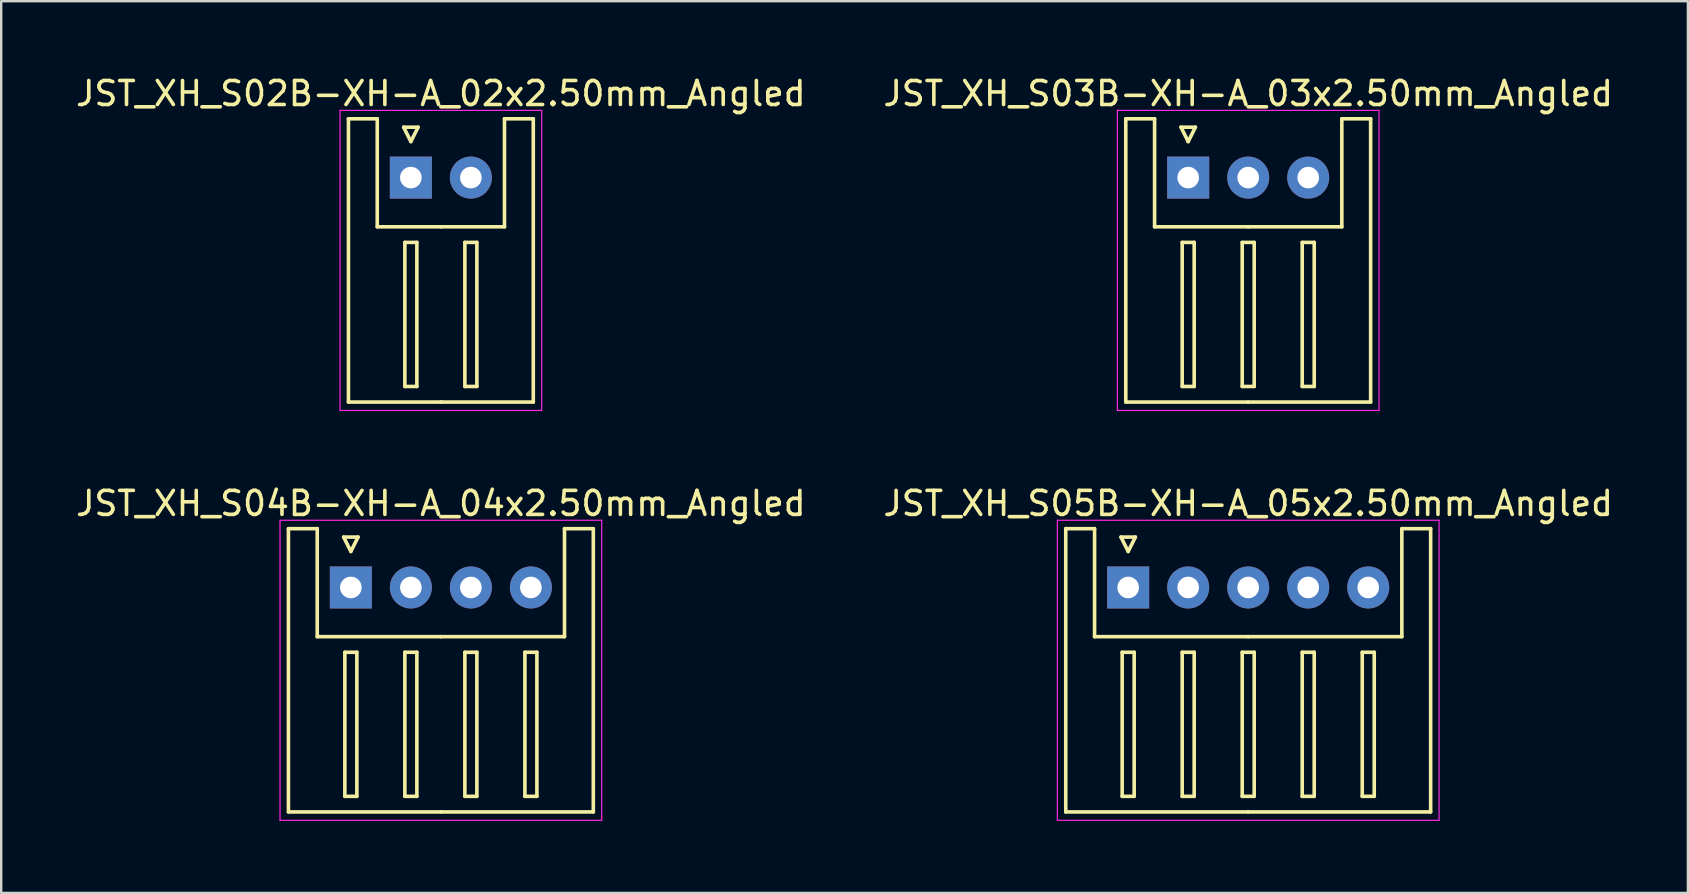
<source format=kicad_pcb>
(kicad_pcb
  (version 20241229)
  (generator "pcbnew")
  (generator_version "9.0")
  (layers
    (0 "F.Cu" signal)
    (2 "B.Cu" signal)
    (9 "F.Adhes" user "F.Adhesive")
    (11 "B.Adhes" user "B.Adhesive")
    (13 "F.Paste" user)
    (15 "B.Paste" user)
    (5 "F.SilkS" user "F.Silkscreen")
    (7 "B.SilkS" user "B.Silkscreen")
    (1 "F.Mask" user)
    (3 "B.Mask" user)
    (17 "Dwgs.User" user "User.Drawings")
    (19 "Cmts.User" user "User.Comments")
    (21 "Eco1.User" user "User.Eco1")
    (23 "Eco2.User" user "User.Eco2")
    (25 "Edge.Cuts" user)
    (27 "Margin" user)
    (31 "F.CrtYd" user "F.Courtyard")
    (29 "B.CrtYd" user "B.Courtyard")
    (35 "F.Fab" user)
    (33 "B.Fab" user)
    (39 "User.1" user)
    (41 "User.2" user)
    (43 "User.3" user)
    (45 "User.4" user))
  (footprint "JST_XH_S05B-XH-A_05x2.50mm_Angled"
    (layer "F.Cu")
    (at 43.946 21.422)
    (property "Reference" "JST_XH_S05B-XH-A_05x2.50mm_Angled" (at 5 -3.5 0) (layer "F.SilkS") (effects (font (size 1 1) (thickness 0.15))))
    (attr through_hole)
    (fp_line (start -2.6 -2.45) (end -1.4 -2.45) (stroke (width 0.15) (type solid)) (layer "F.SilkS"))
    (fp_line (start -2.6 9.35) (end -2.6 -2.45) (stroke (width 0.15) (type solid)) (layer "F.SilkS"))
    (fp_line (start -1.4 -2.45) (end -1.4 2.05) (stroke (width 0.15) (type solid)) (layer "F.SilkS"))
    (fp_line (start -1.4 2.05) (end 5 2.05) (stroke (width 0.15) (type solid)) (layer "F.SilkS"))
    (fp_line (start -0.3 -2.1) (end 0.3 -2.1) (stroke (width 0.15) (type solid)) (layer "F.SilkS"))
    (fp_line (start -0.25 2.7) (end -0.25 8.7) (stroke (width 0.15) (type solid)) (layer "F.SilkS"))
    (fp_line (start -0.25 8.7) (end 0.25 8.7) (stroke (width 0.15) (type solid)) (layer "F.SilkS"))
    (fp_line (start 0 -1.5) (end -0.3 -2.1) (stroke (width 0.15) (type solid)) (layer "F.SilkS"))
    (fp_line (start 0.25 2.7) (end -0.25 2.7) (stroke (width 0.15) (type solid)) (layer "F.SilkS"))
    (fp_line (start 0.25 8.7) (end 0.25 2.7) (stroke (width 0.15) (type solid)) (layer "F.SilkS"))
    (fp_line (start 0.3 -2.1) (end 0 -1.5) (stroke (width 0.15) (type solid)) (layer "F.SilkS"))
    (fp_line (start 2.25 2.7) (end 2.25 8.7) (stroke (width 0.15) (type solid)) (layer "F.SilkS"))
    (fp_line (start 2.25 8.7) (end 2.75 8.7) (stroke (width 0.15) (type solid)) (layer "F.SilkS"))
    (fp_line (start 2.75 2.7) (end 2.25 2.7) (stroke (width 0.15) (type solid)) (layer "F.SilkS"))
    (fp_line (start 2.75 8.7) (end 2.75 2.7) (stroke (width 0.15) (type solid)) (layer "F.SilkS"))
    (fp_line (start 4.75 2.7) (end 4.75 8.7) (stroke (width 0.15) (type solid)) (layer "F.SilkS"))
    (fp_line (start 4.75 8.7) (end 5.25 8.7) (stroke (width 0.15) (type solid)) (layer "F.SilkS"))
    (fp_line (start 5 9.35) (end -2.6 9.35) (stroke (width 0.15) (type solid)) (layer "F.SilkS"))
    (fp_line (start 5 9.35) (end 12.6 9.35) (stroke (width 0.15) (type solid)) (layer "F.SilkS"))
    (fp_line (start 5.25 2.7) (end 4.75 2.7) (stroke (width 0.15) (type solid)) (layer "F.SilkS"))
    (fp_line (start 5.25 8.7) (end 5.25 2.7) (stroke (width 0.15) (type solid)) (layer "F.SilkS"))
    (fp_line (start 7.25 2.7) (end 7.25 8.7) (stroke (width 0.15) (type solid)) (layer "F.SilkS"))
    (fp_line (start 7.25 8.7) (end 7.75 8.7) (stroke (width 0.15) (type solid)) (layer "F.SilkS"))
    (fp_line (start 7.75 2.7) (end 7.25 2.7) (stroke (width 0.15) (type solid)) (layer "F.SilkS"))
    (fp_line (start 7.75 8.7) (end 7.75 2.7) (stroke (width 0.15) (type solid)) (layer "F.SilkS"))
    (fp_line (start 9.75 2.7) (end 9.75 8.7) (stroke (width 0.15) (type solid)) (layer "F.SilkS"))
    (fp_line (start 9.75 8.7) (end 10.25 8.7) (stroke (width 0.15) (type solid)) (layer "F.SilkS"))
    (fp_line (start 10.25 2.7) (end 9.75 2.7) (stroke (width 0.15) (type solid)) (layer "F.SilkS"))
    (fp_line (start 10.25 8.7) (end 10.25 2.7) (stroke (width 0.15) (type solid)) (layer "F.SilkS"))
    (fp_line (start 11.4 -2.45) (end 11.4 2.05) (stroke (width 0.15) (type solid)) (layer "F.SilkS"))
    (fp_line (start 11.4 2.05) (end 5 2.05) (stroke (width 0.15) (type solid)) (layer "F.SilkS"))
    (fp_line (start 12.6 -2.45) (end 11.4 -2.45) (stroke (width 0.15) (type solid)) (layer "F.SilkS"))
    (fp_line (start 12.6 9.35) (end 12.6 -2.45) (stroke (width 0.15) (type solid)) (layer "F.SilkS"))
    (fp_line (start -2.95 -2.8) (end -2.95 9.7) (stroke (width 0.05) (type solid)) (layer "F.CrtYd"))
    (fp_line (start -2.95 9.7) (end 12.95 9.7) (stroke (width 0.05) (type solid)) (layer "F.CrtYd"))
    (fp_line (start 12.95 -2.8) (end -2.95 -2.8) (stroke (width 0.05) (type solid)) (layer "F.CrtYd"))
    (fp_line (start 12.95 9.7) (end 12.95 -2.8) (stroke (width 0.05) (type solid)) (layer "F.CrtYd"))
    (pad "1" thru_hole rect (at 0 0) (size 1.75 1.75) (drill 0.9) (layers "*.Cu" "*.Mask"))
    (pad "2" thru_hole circle (at 2.5 0) (size 1.75 1.75) (drill 0.9) (layers "*.Cu" "*.Mask"))
    (pad "3" thru_hole circle (at 5 0) (size 1.75 1.75) (drill 0.9) (layers "*.Cu" "*.Mask"))
    (pad "4" thru_hole circle (at 7.5 0) (size 1.75 1.75) (drill 0.9) (layers "*.Cu" "*.Mask"))
    (pad "5" thru_hole circle (at 10 0) (size 1.75 1.75) (drill 0.9) (layers "*.Cu" "*.Mask")))
  (footprint "JST_XH_S02B-XH-A_02x2.50mm_Angled"
    (layer "F.Cu")
    (at 14.065 4.348)
    (property "Reference" "JST_XH_S02B-XH-A_02x2.50mm_Angled" (at 1.25 -3.5 0) (layer "F.SilkS") (effects (font (size 1 1) (thickness 0.15))))
    (attr through_hole)
    (fp_line (start -2.6 -2.45) (end -1.4 -2.45) (stroke (width 0.15) (type solid)) (layer "F.SilkS"))
    (fp_line (start -2.6 9.35) (end -2.6 -2.45) (stroke (width 0.15) (type solid)) (layer "F.SilkS"))
    (fp_line (start -1.4 -2.45) (end -1.4 2.05) (stroke (width 0.15) (type solid)) (layer "F.SilkS"))
    (fp_line (start -1.4 2.05) (end 1.25 2.05) (stroke (width 0.15) (type solid)) (layer "F.SilkS"))
    (fp_line (start -0.3 -2.1) (end 0.3 -2.1) (stroke (width 0.15) (type solid)) (layer "F.SilkS"))
    (fp_line (start -0.25 2.7) (end -0.25 8.7) (stroke (width 0.15) (type solid)) (layer "F.SilkS"))
    (fp_line (start -0.25 8.7) (end 0.25 8.7) (stroke (width 0.15) (type solid)) (layer "F.SilkS"))
    (fp_line (start 0 -1.5) (end -0.3 -2.1) (stroke (width 0.15) (type solid)) (layer "F.SilkS"))
    (fp_line (start 0.25 2.7) (end -0.25 2.7) (stroke (width 0.15) (type solid)) (layer "F.SilkS"))
    (fp_line (start 0.25 8.7) (end 0.25 2.7) (stroke (width 0.15) (type solid)) (layer "F.SilkS"))
    (fp_line (start 0.3 -2.1) (end 0 -1.5) (stroke (width 0.15) (type solid)) (layer "F.SilkS"))
    (fp_line (start 1.25 9.35) (end -2.6 9.35) (stroke (width 0.15) (type solid)) (layer "F.SilkS"))
    (fp_line (start 1.25 9.35) (end 5.1 9.35) (stroke (width 0.15) (type solid)) (layer "F.SilkS"))
    (fp_line (start 2.25 2.7) (end 2.25 8.7) (stroke (width 0.15) (type solid)) (layer "F.SilkS"))
    (fp_line (start 2.25 8.7) (end 2.75 8.7) (stroke (width 0.15) (type solid)) (layer "F.SilkS"))
    (fp_line (start 2.75 2.7) (end 2.25 2.7) (stroke (width 0.15) (type solid)) (layer "F.SilkS"))
    (fp_line (start 2.75 8.7) (end 2.75 2.7) (stroke (width 0.15) (type solid)) (layer "F.SilkS"))
    (fp_line (start 3.9 -2.45) (end 3.9 2.05) (stroke (width 0.15) (type solid)) (layer "F.SilkS"))
    (fp_line (start 3.9 2.05) (end 1.25 2.05) (stroke (width 0.15) (type solid)) (layer "F.SilkS"))
    (fp_line (start 5.1 -2.45) (end 3.9 -2.45) (stroke (width 0.15) (type solid)) (layer "F.SilkS"))
    (fp_line (start 5.1 9.35) (end 5.1 -2.45) (stroke (width 0.15) (type solid)) (layer "F.SilkS"))
    (fp_line (start -2.95 -2.8) (end -2.95 9.7) (stroke (width 0.05) (type solid)) (layer "F.CrtYd"))
    (fp_line (start -2.95 9.7) (end 5.45 9.7) (stroke (width 0.05) (type solid)) (layer "F.CrtYd"))
    (fp_line (start 5.45 -2.8) (end -2.95 -2.8) (stroke (width 0.05) (type solid)) (layer "F.CrtYd"))
    (fp_line (start 5.45 9.7) (end 5.45 -2.8) (stroke (width 0.05) (type solid)) (layer "F.CrtYd"))
    (pad "1" thru_hole rect (at 0 0) (size 1.75 1.75) (drill 0.9) (layers "*.Cu" "*.Mask"))
    (pad "2" thru_hole circle (at 2.5 0) (size 1.75 1.75) (drill 0.9) (layers "*.Cu" "*.Mask")))
  (footprint "JST_XH_S03B-XH-A_03x2.50mm_Angled"
    (layer "F.Cu")
    (at 46.446 4.348)
    (property "Reference" "JST_XH_S03B-XH-A_03x2.50mm_Angled" (at 2.5 -3.5 0) (layer "F.SilkS") (effects (font (size 1 1) (thickness 0.15))))
    (attr through_hole)
    (fp_line (start -2.6 -2.45) (end -1.4 -2.45) (stroke (width 0.15) (type solid)) (layer "F.SilkS"))
    (fp_line (start -2.6 9.35) (end -2.6 -2.45) (stroke (width 0.15) (type solid)) (layer "F.SilkS"))
    (fp_line (start -1.4 -2.45) (end -1.4 2.05) (stroke (width 0.15) (type solid)) (layer "F.SilkS"))
    (fp_line (start -1.4 2.05) (end 2.5 2.05) (stroke (width 0.15) (type solid)) (layer "F.SilkS"))
    (fp_line (start -0.3 -2.1) (end 0.3 -2.1) (stroke (width 0.15) (type solid)) (layer "F.SilkS"))
    (fp_line (start -0.25 2.7) (end -0.25 8.7) (stroke (width 0.15) (type solid)) (layer "F.SilkS"))
    (fp_line (start -0.25 8.7) (end 0.25 8.7) (stroke (width 0.15) (type solid)) (layer "F.SilkS"))
    (fp_line (start 0 -1.5) (end -0.3 -2.1) (stroke (width 0.15) (type solid)) (layer "F.SilkS"))
    (fp_line (start 0.25 2.7) (end -0.25 2.7) (stroke (width 0.15) (type solid)) (layer "F.SilkS"))
    (fp_line (start 0.25 8.7) (end 0.25 2.7) (stroke (width 0.15) (type solid)) (layer "F.SilkS"))
    (fp_line (start 0.3 -2.1) (end 0 -1.5) (stroke (width 0.15) (type solid)) (layer "F.SilkS"))
    (fp_line (start 2.25 2.7) (end 2.25 8.7) (stroke (width 0.15) (type solid)) (layer "F.SilkS"))
    (fp_line (start 2.25 8.7) (end 2.75 8.7) (stroke (width 0.15) (type solid)) (layer "F.SilkS"))
    (fp_line (start 2.5 9.35) (end -2.6 9.35) (stroke (width 0.15) (type solid)) (layer "F.SilkS"))
    (fp_line (start 2.5 9.35) (end 7.6 9.35) (stroke (width 0.15) (type solid)) (layer "F.SilkS"))
    (fp_line (start 2.75 2.7) (end 2.25 2.7) (stroke (width 0.15) (type solid)) (layer "F.SilkS"))
    (fp_line (start 2.75 8.7) (end 2.75 2.7) (stroke (width 0.15) (type solid)) (layer "F.SilkS"))
    (fp_line (start 4.75 2.7) (end 4.75 8.7) (stroke (width 0.15) (type solid)) (layer "F.SilkS"))
    (fp_line (start 4.75 8.7) (end 5.25 8.7) (stroke (width 0.15) (type solid)) (layer "F.SilkS"))
    (fp_line (start 5.25 2.7) (end 4.75 2.7) (stroke (width 0.15) (type solid)) (layer "F.SilkS"))
    (fp_line (start 5.25 8.7) (end 5.25 2.7) (stroke (width 0.15) (type solid)) (layer "F.SilkS"))
    (fp_line (start 6.4 -2.45) (end 6.4 2.05) (stroke (width 0.15) (type solid)) (layer "F.SilkS"))
    (fp_line (start 6.4 2.05) (end 2.5 2.05) (stroke (width 0.15) (type solid)) (layer "F.SilkS"))
    (fp_line (start 7.6 -2.45) (end 6.4 -2.45) (stroke (width 0.15) (type solid)) (layer "F.SilkS"))
    (fp_line (start 7.6 9.35) (end 7.6 -2.45) (stroke (width 0.15) (type solid)) (layer "F.SilkS"))
    (fp_line (start -2.95 -2.8) (end -2.95 9.7) (stroke (width 0.05) (type solid)) (layer "F.CrtYd"))
    (fp_line (start -2.95 9.7) (end 7.95 9.7) (stroke (width 0.05) (type solid)) (layer "F.CrtYd"))
    (fp_line (start 7.95 -2.8) (end -2.95 -2.8) (stroke (width 0.05) (type solid)) (layer "F.CrtYd"))
    (fp_line (start 7.95 9.7) (end 7.95 -2.8) (stroke (width 0.05) (type solid)) (layer "F.CrtYd"))
    (pad "1" thru_hole rect (at 0 0) (size 1.75 1.75) (drill 0.9) (layers "*.Cu" "*.Mask"))
    (pad "2" thru_hole circle (at 2.5 0) (size 1.75 1.75) (drill 0.9) (layers "*.Cu" "*.Mask"))
    (pad "3" thru_hole circle (at 5 0) (size 1.75 1.75) (drill 0.9) (layers "*.Cu" "*.Mask")))
  (footprint "JST_XH_S04B-XH-A_04x2.50mm_Angled"
    (layer "F.Cu")
    (at 11.565 21.422)
    (property "Reference" "JST_XH_S04B-XH-A_04x2.50mm_Angled" (at 3.75 -3.5 0) (layer "F.SilkS") (effects (font (size 1 1) (thickness 0.15))))
    (attr through_hole)
    (fp_line (start -2.6 -2.45) (end -1.4 -2.45) (stroke (width 0.15) (type solid)) (layer "F.SilkS"))
    (fp_line (start -2.6 9.35) (end -2.6 -2.45) (stroke (width 0.15) (type solid)) (layer "F.SilkS"))
    (fp_line (start -1.4 -2.45) (end -1.4 2.05) (stroke (width 0.15) (type solid)) (layer "F.SilkS"))
    (fp_line (start -1.4 2.05) (end 3.75 2.05) (stroke (width 0.15) (type solid)) (layer "F.SilkS"))
    (fp_line (start -0.3 -2.1) (end 0.3 -2.1) (stroke (width 0.15) (type solid)) (layer "F.SilkS"))
    (fp_line (start -0.25 2.7) (end -0.25 8.7) (stroke (width 0.15) (type solid)) (layer "F.SilkS"))
    (fp_line (start -0.25 8.7) (end 0.25 8.7) (stroke (width 0.15) (type solid)) (layer "F.SilkS"))
    (fp_line (start 0 -1.5) (end -0.3 -2.1) (stroke (width 0.15) (type solid)) (layer "F.SilkS"))
    (fp_line (start 0.25 2.7) (end -0.25 2.7) (stroke (width 0.15) (type solid)) (layer "F.SilkS"))
    (fp_line (start 0.25 8.7) (end 0.25 2.7) (stroke (width 0.15) (type solid)) (layer "F.SilkS"))
    (fp_line (start 0.3 -2.1) (end 0 -1.5) (stroke (width 0.15) (type solid)) (layer "F.SilkS"))
    (fp_line (start 2.25 2.7) (end 2.25 8.7) (stroke (width 0.15) (type solid)) (layer "F.SilkS"))
    (fp_line (start 2.25 8.7) (end 2.75 8.7) (stroke (width 0.15) (type solid)) (layer "F.SilkS"))
    (fp_line (start 2.75 2.7) (end 2.25 2.7) (stroke (width 0.15) (type solid)) (layer "F.SilkS"))
    (fp_line (start 2.75 8.7) (end 2.75 2.7) (stroke (width 0.15) (type solid)) (layer "F.SilkS"))
    (fp_line (start 3.75 9.35) (end -2.6 9.35) (stroke (width 0.15) (type solid)) (layer "F.SilkS"))
    (fp_line (start 3.75 9.35) (end 10.1 9.35) (stroke (width 0.15) (type solid)) (layer "F.SilkS"))
    (fp_line (start 4.75 2.7) (end 4.75 8.7) (stroke (width 0.15) (type solid)) (layer "F.SilkS"))
    (fp_line (start 4.75 8.7) (end 5.25 8.7) (stroke (width 0.15) (type solid)) (layer "F.SilkS"))
    (fp_line (start 5.25 2.7) (end 4.75 2.7) (stroke (width 0.15) (type solid)) (layer "F.SilkS"))
    (fp_line (start 5.25 8.7) (end 5.25 2.7) (stroke (width 0.15) (type solid)) (layer "F.SilkS"))
    (fp_line (start 7.25 2.7) (end 7.25 8.7) (stroke (width 0.15) (type solid)) (layer "F.SilkS"))
    (fp_line (start 7.25 8.7) (end 7.75 8.7) (stroke (width 0.15) (type solid)) (layer "F.SilkS"))
    (fp_line (start 7.75 2.7) (end 7.25 2.7) (stroke (width 0.15) (type solid)) (layer "F.SilkS"))
    (fp_line (start 7.75 8.7) (end 7.75 2.7) (stroke (width 0.15) (type solid)) (layer "F.SilkS"))
    (fp_line (start 8.9 -2.45) (end 8.9 2.05) (stroke (width 0.15) (type solid)) (layer "F.SilkS"))
    (fp_line (start 8.9 2.05) (end 3.75 2.05) (stroke (width 0.15) (type solid)) (layer "F.SilkS"))
    (fp_line (start 10.1 -2.45) (end 8.9 -2.45) (stroke (width 0.15) (type solid)) (layer "F.SilkS"))
    (fp_line (start 10.1 9.35) (end 10.1 -2.45) (stroke (width 0.15) (type solid)) (layer "F.SilkS"))
    (fp_line (start -2.95 -2.8) (end -2.95 9.7) (stroke (width 0.05) (type solid)) (layer "F.CrtYd"))
    (fp_line (start -2.95 9.7) (end 10.45 9.7) (stroke (width 0.05) (type solid)) (layer "F.CrtYd"))
    (fp_line (start 10.45 -2.8) (end -2.95 -2.8) (stroke (width 0.05) (type solid)) (layer "F.CrtYd"))
    (fp_line (start 10.45 9.7) (end 10.45 -2.8) (stroke (width 0.05) (type solid)) (layer "F.CrtYd"))
    (pad "1" thru_hole rect (at 0 0) (size 1.75 1.75) (drill 0.9) (layers "*.Cu" "*.Mask"))
    (pad "2" thru_hole circle (at 2.5 0) (size 1.75 1.75) (drill 0.9) (layers "*.Cu" "*.Mask"))
    (pad "3" thru_hole circle (at 5 0) (size 1.75 1.75) (drill 0.9) (layers "*.Cu" "*.Mask"))
    (pad "4" thru_hole circle (at 7.5 0) (size 1.75 1.75) (drill 0.9) (layers "*.Cu" "*.Mask")))
  (gr_rect
    (start -3 -3)
    (end 67.262 34.147)
    (stroke (width 0.1) (type default))
    (fill no)
    (layer "Edge.Cuts")))
</source>
